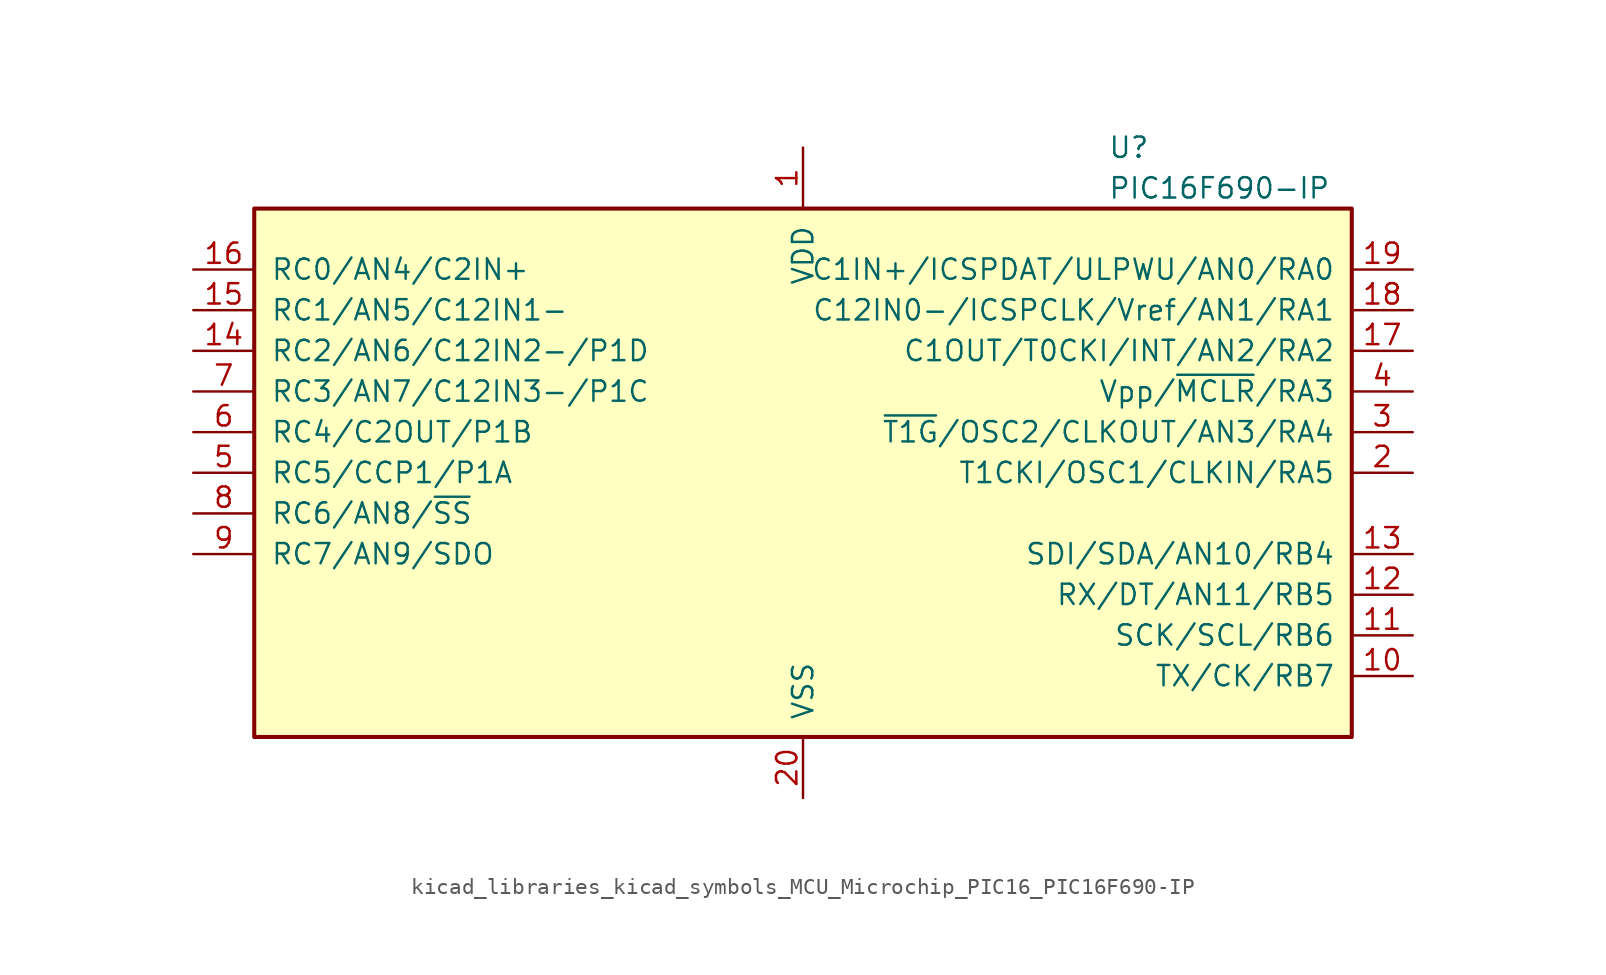
<source format=kicad_sym>
(kicad_symbol_lib
  (version 20220914)
  (generator kicad_symbol_editor)
  (symbol "kicad_libraries_kicad_symbols_MCU_Microchip_PIC16_PIC16F690-IP"
    (pin_names
      (offset 1.016))
    (property "Reference" "U"
      (at 19.05 20.32 0)
      (effects (font (size 1.27 1.27)) (justify left)))
    (property "Value" "PIC16F690-IP"
      (at 19.05 17.78 0)
      (effects (font (size 1.27 1.27)) (justify left)))
    (symbol "kicad_libraries_kicad_symbols_MCU_Microchip_PIC16_PIC16F690-IP_0_1"
      (rectangle (start -34.29 16.51) (end 34.29 -16.51) (stroke (width 0.254) (type default)) (fill (type background))))
    (symbol "kicad_libraries_kicad_symbols_MCU_Microchip_PIC16_PIC16F690-IP_1_1"
      (pin power_in line (at 0 20.32 270) (length 3.81) (name "VDD" (effects (font (size 1.27 1.27)))) (number "1" (effects (font (size 1.27 1.27)))))
      (pin bidirectional line (at 38.1 -12.7 180) (length 3.81) (name "TX/CK/RB7" (effects (font (size 1.27 1.27)))) (number "10" (effects (font (size 1.27 1.27)))))
      (pin bidirectional line (at 38.1 -10.16 180) (length 3.81) (name "SCK/SCL/RB6" (effects (font (size 1.27 1.27)))) (number "11" (effects (font (size 1.27 1.27)))))
      (pin bidirectional line (at 38.1 -7.62 180) (length 3.81) (name "RX/DT/AN11/RB5" (effects (font (size 1.27 1.27)))) (number "12" (effects (font (size 1.27 1.27)))))
      (pin bidirectional line (at 38.1 -5.08 180) (length 3.81) (name "SDI/SDA/AN10/RB4" (effects (font (size 1.27 1.27)))) (number "13" (effects (font (size 1.27 1.27)))))
      (pin bidirectional line (at -38.1 7.62 0) (length 3.81) (name "RC2/AN6/C12IN2-/P1D" (effects (font (size 1.27 1.27)))) (number "14" (effects (font (size 1.27 1.27)))))
      (pin bidirectional line (at -38.1 10.16 0) (length 3.81) (name "RC1/AN5/C12IN1-" (effects (font (size 1.27 1.27)))) (number "15" (effects (font (size 1.27 1.27)))))
      (pin bidirectional line (at -38.1 12.7 0) (length 3.81) (name "RC0/AN4/C2IN+" (effects (font (size 1.27 1.27)))) (number "16" (effects (font (size 1.27 1.27)))))
      (pin bidirectional line (at 38.1 7.62 180) (length 3.81) (name "C1OUT/T0CKI/INT/AN2/RA2" (effects (font (size 1.27 1.27)))) (number "17" (effects (font (size 1.27 1.27)))))
      (pin bidirectional line (at 38.1 10.16 180) (length 3.81) (name "C12IN0-/ICSPCLK/Vref/AN1/RA1" (effects (font (size 1.27 1.27)))) (number "18" (effects (font (size 1.27 1.27)))))
      (pin bidirectional line (at 38.1 12.7 180) (length 3.81) (name "C1IN+/ICSPDAT/ULPWU/AN0/RA0" (effects (font (size 1.27 1.27)))) (number "19" (effects (font (size 1.27 1.27)))))
      (pin bidirectional line (at 38.1 0 180) (length 3.81) (name "T1CKI/OSC1/CLKIN/RA5" (effects (font (size 1.27 1.27)))) (number "2" (effects (font (size 1.27 1.27)))))
      (pin power_in line (at 0 -20.32 90) (length 3.81) (name "VSS" (effects (font (size 1.27 1.27)))) (number "20" (effects (font (size 1.27 1.27)))))
      (pin bidirectional line (at 38.1 2.54 180) (length 3.81) (name "~{T1G}/OSC2/CLKOUT/AN3/RA4" (effects (font (size 1.27 1.27)))) (number "3" (effects (font (size 1.27 1.27)))))
      (pin input line (at 38.1 5.08 180) (length 3.81) (name "Vpp/~{MCLR}/RA3" (effects (font (size 1.27 1.27)))) (number "4" (effects (font (size 1.27 1.27)))))
      (pin bidirectional line (at -38.1 0 0) (length 3.81) (name "RC5/CCP1/P1A" (effects (font (size 1.27 1.27)))) (number "5" (effects (font (size 1.27 1.27)))))
      (pin bidirectional line (at -38.1 2.54 0) (length 3.81) (name "RC4/C2OUT/P1B" (effects (font (size 1.27 1.27)))) (number "6" (effects (font (size 1.27 1.27)))))
      (pin bidirectional line (at -38.1 5.08 0) (length 3.81) (name "RC3/AN7/C12IN3-/P1C" (effects (font (size 1.27 1.27)))) (number "7" (effects (font (size 1.27 1.27)))))
      (pin bidirectional line (at -38.1 -2.54 0) (length 3.81) (name "RC6/AN8/~{SS}" (effects (font (size 1.27 1.27)))) (number "8" (effects (font (size 1.27 1.27)))))
      (pin bidirectional line (at -38.1 -5.08 0) (length 3.81) (name "RC7/AN9/SDO" (effects (font (size 1.27 1.27)))) (number "9" (effects (font (size 1.27 1.27))))))))
</source>
